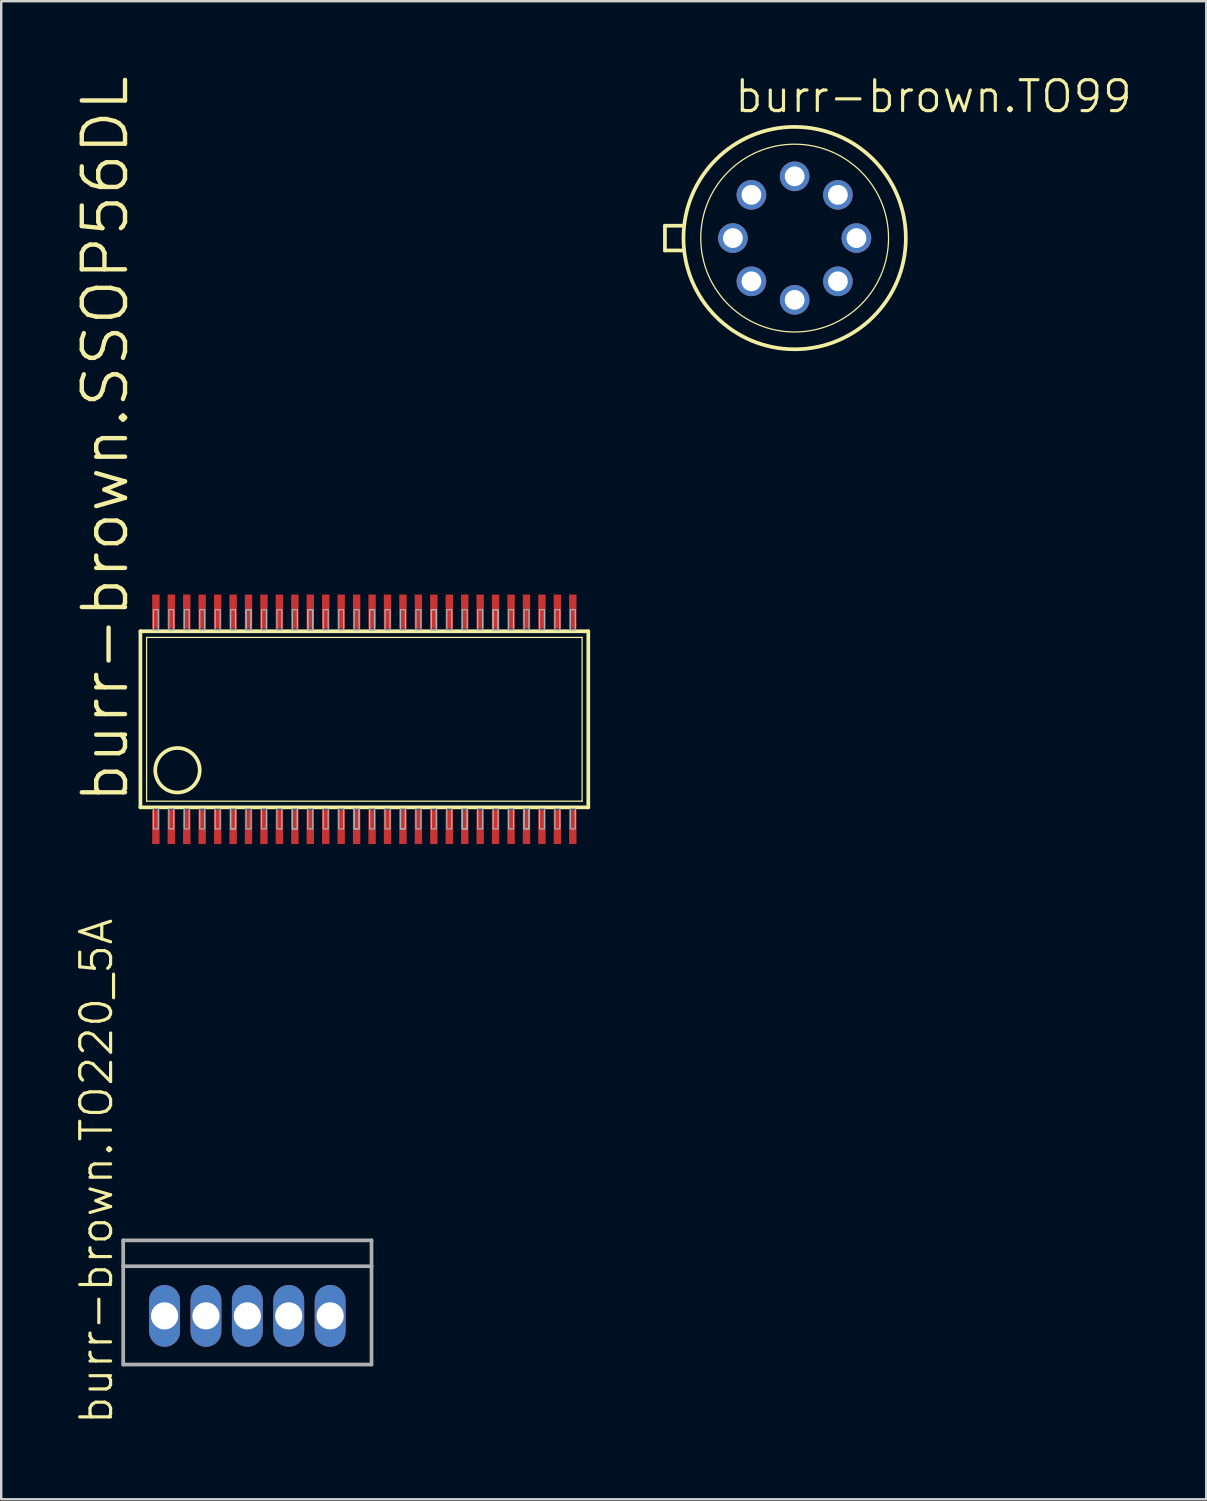
<source format=kicad_pcb>
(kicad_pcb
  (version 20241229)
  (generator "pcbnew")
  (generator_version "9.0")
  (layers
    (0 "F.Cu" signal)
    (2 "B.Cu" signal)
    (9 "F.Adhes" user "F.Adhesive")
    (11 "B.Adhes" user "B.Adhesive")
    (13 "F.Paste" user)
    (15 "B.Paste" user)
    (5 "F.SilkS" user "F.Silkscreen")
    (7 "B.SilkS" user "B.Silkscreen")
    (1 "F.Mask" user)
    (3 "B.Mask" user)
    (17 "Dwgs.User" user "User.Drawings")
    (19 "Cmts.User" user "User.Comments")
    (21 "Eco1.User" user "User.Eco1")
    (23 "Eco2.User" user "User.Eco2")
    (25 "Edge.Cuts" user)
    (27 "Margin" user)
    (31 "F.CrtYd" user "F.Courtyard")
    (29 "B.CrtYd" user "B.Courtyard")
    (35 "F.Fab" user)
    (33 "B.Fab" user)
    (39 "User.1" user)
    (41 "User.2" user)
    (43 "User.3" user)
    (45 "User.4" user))
  (footprint "burr-brown.TO220_5A"
    (layer "F.Cu")
    (at 7.121 47.954)
    (property "Reference" "burr-brown.TO220_5A" (at -5.461 7.645 90) (layer "F.SilkS") (effects (font (size 1.27 1.27) (thickness 0.13)) (justify left bottom)))
    (attr through_hole)
    (fp_line (start -5.105 0) (end 5.105 0) (stroke (width 0.152) (type default)) (layer "F.Fab"))
    (fp_line (start -5.105 1.064) (end -5.105 0) (stroke (width 0.152) (type default)) (layer "F.Fab"))
    (fp_line (start -5.105 1.064) (end 5.105 1.064) (stroke (width 0.152) (type default)) (layer "F.Fab"))
    (fp_line (start -5.105 5.105) (end -5.105 1.064) (stroke (width 0.152) (type default)) (layer "F.Fab"))
    (fp_line (start 5.105 0) (end 5.105 1.064) (stroke (width 0.152) (type default)) (layer "F.Fab"))
    (fp_line (start 5.105 1.064) (end 5.105 5.105) (stroke (width 0.152) (type default)) (layer "F.Fab"))
    (fp_line (start 5.105 5.105) (end -5.105 5.105) (stroke (width 0.152) (type default)) (layer "F.Fab"))
    (pad "1" thru_hole oval (at -3.404 3.105 90) (size 2.54 1.27) (drill 1.118) (layers "*.Cu" "*.Mask"))
    (pad "2" thru_hole oval (at -1.702 3.105 90) (size 2.54 1.27) (drill 1.118) (layers "*.Cu" "*.Mask"))
    (pad "3" thru_hole oval (at 0 3.105 90) (size 2.54 1.27) (drill 1.118) (layers "*.Cu" "*.Mask"))
    (pad "4" thru_hole oval (at 1.702 3.105 90) (size 2.54 1.27) (drill 1.118) (layers "*.Cu" "*.Mask"))
    (pad "5" thru_hole oval (at 3.404 3.105 90) (size 2.54 1.27) (drill 1.118) (layers "*.Cu" "*.Mask")))
  (footprint "burr-brown.SSOP56DL"
    (layer "F.Cu")
    (at 11.932 26.528)
    (property "Reference" "burr-brown.SSOP56DL" (at -9.614 3.543 90) (layer "F.SilkS") (effects (font (size 1.778 1.778) (thickness 0.18)) (justify left bottom)))
    (attr smd)
    (fp_line (start -9.208 3.62) (end -9.208 -3.62) (stroke (width 0.152) (type default)) (layer "F.SilkS"))
    (fp_line (start -9.208 3.62) (end 9.208 3.62) (stroke (width 0.152) (type default)) (layer "F.SilkS"))
    (fp_line (start -8.954 3.366) (end -8.954 -3.366) (stroke (width 0.051) (type default)) (layer "F.SilkS"))
    (fp_line (start -8.954 3.366) (end 8.954 3.366) (stroke (width 0.051) (type default)) (layer "F.SilkS"))
    (fp_line (start 8.954 -3.366) (end -8.954 -3.366) (stroke (width 0.051) (type default)) (layer "F.SilkS"))
    (fp_line (start 8.954 -3.366) (end 8.954 3.366) (stroke (width 0.051) (type default)) (layer "F.SilkS"))
    (fp_line (start 9.208 -3.62) (end -9.208 -3.62) (stroke (width 0.152) (type default)) (layer "F.SilkS"))
    (fp_line (start 9.208 3.62) (end 9.208 -3.62) (stroke (width 0.152) (type default)) (layer "F.SilkS"))
    (fp_circle (center -7.684 2.095) (end -6.769 2.095) (stroke (width 0.152) (type default)) (fill no) (layer "F.SilkS"))
    (fp_rect (start -8.674 -3.67) (end -8.471 -4.508) (stroke (width 0.05) (type default)) (fill no) (layer "F.Fab"))
    (fp_rect (start -8.674 4.508) (end -8.471 3.67) (stroke (width 0.05) (type default)) (fill no) (layer "F.Fab"))
    (fp_rect (start -8.039 -3.67) (end -7.836 -4.508) (stroke (width 0.05) (type default)) (fill no) (layer "F.Fab"))
    (fp_rect (start -8.039 4.508) (end -7.836 3.67) (stroke (width 0.05) (type default)) (fill no) (layer "F.Fab"))
    (fp_rect (start -7.404 -3.67) (end -7.201 -4.508) (stroke (width 0.05) (type default)) (fill no) (layer "F.Fab"))
    (fp_rect (start -7.404 4.508) (end -7.201 3.67) (stroke (width 0.05) (type default)) (fill no) (layer "F.Fab"))
    (fp_rect (start -6.769 -3.67) (end -6.566 -4.508) (stroke (width 0.05) (type default)) (fill no) (layer "F.Fab"))
    (fp_rect (start -6.769 4.508) (end -6.566 3.67) (stroke (width 0.05) (type default)) (fill no) (layer "F.Fab"))
    (fp_rect (start -6.134 -3.67) (end -5.931 -4.508) (stroke (width 0.05) (type default)) (fill no) (layer "F.Fab"))
    (fp_rect (start -6.134 4.508) (end -5.931 3.67) (stroke (width 0.05) (type default)) (fill no) (layer "F.Fab"))
    (fp_rect (start -5.499 -3.67) (end -5.296 -4.508) (stroke (width 0.05) (type default)) (fill no) (layer "F.Fab"))
    (fp_rect (start -5.499 4.508) (end -5.296 3.67) (stroke (width 0.05) (type default)) (fill no) (layer "F.Fab"))
    (fp_rect (start -5.499 4.508) (end -5.296 3.67) (stroke (width 0.05) (type default)) (fill no) (layer "F.Fab"))
    (fp_rect (start -4.864 -3.67) (end -4.661 -4.508) (stroke (width 0.05) (type default)) (fill no) (layer "F.Fab"))
    (fp_rect (start -4.864 -3.67) (end -4.661 -4.508) (stroke (width 0.05) (type default)) (fill no) (layer "F.Fab"))
    (fp_rect (start -4.864 4.508) (end -4.661 3.67) (stroke (width 0.05) (type default)) (fill no) (layer "F.Fab"))
    (fp_rect (start -4.229 -3.67) (end -4.026 -4.508) (stroke (width 0.05) (type default)) (fill no) (layer "F.Fab"))
    (fp_rect (start -4.229 4.508) (end -4.026 3.67) (stroke (width 0.05) (type default)) (fill no) (layer "F.Fab"))
    (fp_rect (start -3.594 -3.67) (end -3.391 -4.508) (stroke (width 0.05) (type default)) (fill no) (layer "F.Fab"))
    (fp_rect (start -3.594 4.508) (end -3.391 3.67) (stroke (width 0.05) (type default)) (fill no) (layer "F.Fab"))
    (fp_rect (start -2.959 -3.67) (end -2.756 -4.508) (stroke (width 0.05) (type default)) (fill no) (layer "F.Fab"))
    (fp_rect (start -2.959 4.508) (end -2.756 3.67) (stroke (width 0.05) (type default)) (fill no) (layer "F.Fab"))
    (fp_rect (start -2.959 4.508) (end -2.756 3.67) (stroke (width 0.05) (type default)) (fill no) (layer "F.Fab"))
    (fp_rect (start -2.324 -3.67) (end -2.121 -4.508) (stroke (width 0.05) (type default)) (fill no) (layer "F.Fab"))
    (fp_rect (start -2.324 -3.67) (end -2.121 -4.508) (stroke (width 0.05) (type default)) (fill no) (layer "F.Fab"))
    (fp_rect (start -2.324 4.508) (end -2.121 3.67) (stroke (width 0.05) (type default)) (fill no) (layer "F.Fab"))
    (fp_rect (start -1.689 -3.67) (end -1.486 -4.508) (stroke (width 0.05) (type default)) (fill no) (layer "F.Fab"))
    (fp_rect (start -1.689 4.508) (end -1.486 3.67) (stroke (width 0.05) (type default)) (fill no) (layer "F.Fab"))
    (fp_rect (start -1.054 -3.67) (end -0.851 -4.508) (stroke (width 0.05) (type default)) (fill no) (layer "F.Fab"))
    (fp_rect (start -1.054 4.508) (end -0.851 3.67) (stroke (width 0.05) (type default)) (fill no) (layer "F.Fab"))
    (fp_rect (start -0.419 -3.67) (end -0.216 -4.508) (stroke (width 0.05) (type default)) (fill no) (layer "F.Fab"))
    (fp_rect (start -0.419 4.508) (end -0.216 3.67) (stroke (width 0.05) (type default)) (fill no) (layer "F.Fab"))
    (fp_rect (start -0.419 4.508) (end -0.216 3.67) (stroke (width 0.05) (type default)) (fill no) (layer "F.Fab"))
    (fp_rect (start 0.216 -3.67) (end 0.419 -4.508) (stroke (width 0.05) (type default)) (fill no) (layer "F.Fab"))
    (fp_rect (start 0.216 -3.67) (end 0.419 -4.508) (stroke (width 0.05) (type default)) (fill no) (layer "F.Fab"))
    (fp_rect (start 0.216 4.508) (end 0.419 3.67) (stroke (width 0.05) (type default)) (fill no) (layer "F.Fab"))
    (fp_rect (start 0.851 -3.67) (end 1.054 -4.508) (stroke (width 0.05) (type default)) (fill no) (layer "F.Fab"))
    (fp_rect (start 0.851 4.508) (end 1.054 3.67) (stroke (width 0.05) (type default)) (fill no) (layer "F.Fab"))
    (fp_rect (start 1.486 -3.67) (end 1.689 -4.508) (stroke (width 0.05) (type default)) (fill no) (layer "F.Fab"))
    (fp_rect (start 1.486 4.508) (end 1.689 3.67) (stroke (width 0.05) (type default)) (fill no) (layer "F.Fab"))
    (fp_rect (start 1.486 4.508) (end 1.689 3.67) (stroke (width 0.05) (type default)) (fill no) (layer "F.Fab"))
    (fp_rect (start 2.121 -3.67) (end 2.324 -4.508) (stroke (width 0.05) (type default)) (fill no) (layer "F.Fab"))
    (fp_rect (start 2.121 4.508) (end 2.324 3.67) (stroke (width 0.05) (type default)) (fill no) (layer "F.Fab"))
    (fp_rect (start 2.756 -3.67) (end 2.959 -4.508) (stroke (width 0.05) (type default)) (fill no) (layer "F.Fab"))
    (fp_rect (start 2.756 -3.67) (end 2.959 -4.508) (stroke (width 0.05) (type default)) (fill no) (layer "F.Fab"))
    (fp_rect (start 2.756 4.508) (end 2.959 3.67) (stroke (width 0.05) (type default)) (fill no) (layer "F.Fab"))
    (fp_rect (start 3.391 -3.67) (end 3.594 -4.508) (stroke (width 0.05) (type default)) (fill no) (layer "F.Fab"))
    (fp_rect (start 3.391 4.508) (end 3.594 3.67) (stroke (width 0.05) (type default)) (fill no) (layer "F.Fab"))
    (fp_rect (start 4.026 -3.67) (end 4.229 -4.508) (stroke (width 0.05) (type default)) (fill no) (layer "F.Fab"))
    (fp_rect (start 4.026 4.508) (end 4.229 3.67) (stroke (width 0.05) (type default)) (fill no) (layer "F.Fab"))
    (fp_rect (start 4.026 4.508) (end 4.229 3.67) (stroke (width 0.05) (type default)) (fill no) (layer "F.Fab"))
    (fp_rect (start 4.661 -3.67) (end 4.864 -4.508) (stroke (width 0.05) (type default)) (fill no) (layer "F.Fab"))
    (fp_rect (start 4.661 4.508) (end 4.864 3.67) (stroke (width 0.05) (type default)) (fill no) (layer "F.Fab"))
    (fp_rect (start 5.296 -3.67) (end 5.499 -4.508) (stroke (width 0.05) (type default)) (fill no) (layer "F.Fab"))
    (fp_rect (start 5.296 -3.67) (end 5.499 -4.508) (stroke (width 0.05) (type default)) (fill no) (layer "F.Fab"))
    (fp_rect (start 5.296 4.508) (end 5.499 3.67) (stroke (width 0.05) (type default)) (fill no) (layer "F.Fab"))
    (fp_rect (start 5.931 -3.67) (end 6.134 -4.508) (stroke (width 0.05) (type default)) (fill no) (layer "F.Fab"))
    (fp_rect (start 5.931 4.508) (end 6.134 3.67) (stroke (width 0.05) (type default)) (fill no) (layer "F.Fab"))
    (fp_rect (start 6.566 -3.67) (end 6.769 -4.508) (stroke (width 0.05) (type default)) (fill no) (layer "F.Fab"))
    (fp_rect (start 6.566 4.508) (end 6.769 3.67) (stroke (width 0.05) (type default)) (fill no) (layer "F.Fab"))
    (fp_rect (start 6.566 4.508) (end 6.769 3.67) (stroke (width 0.05) (type default)) (fill no) (layer "F.Fab"))
    (fp_rect (start 7.201 -3.67) (end 7.404 -4.508) (stroke (width 0.05) (type default)) (fill no) (layer "F.Fab"))
    (fp_rect (start 7.201 4.508) (end 7.404 3.67) (stroke (width 0.05) (type default)) (fill no) (layer "F.Fab"))
    (fp_rect (start 7.836 -3.67) (end 8.039 -4.508) (stroke (width 0.05) (type default)) (fill no) (layer "F.Fab"))
    (fp_rect (start 7.836 4.508) (end 8.039 3.67) (stroke (width 0.05) (type default)) (fill no) (layer "F.Fab"))
    (fp_rect (start 8.471 -3.67) (end 8.674 -4.508) (stroke (width 0.05) (type default)) (fill no) (layer "F.Fab"))
    (fp_rect (start 8.471 4.508) (end 8.674 3.67) (stroke (width 0.05) (type default)) (fill no) (layer "F.Fab"))
    (pad "1" smd roundrect (at -8.572 4.432) (size 0.305 1.397) (layers "F.Cu" "F.Mask" "F.Paste") (roundrect_rratio 0.01))
    (pad "2" smd roundrect (at -7.938 4.432) (size 0.305 1.397) (layers "F.Cu" "F.Mask" "F.Paste") (roundrect_rratio 0.01))
    (pad "3" smd roundrect (at -7.303 4.432) (size 0.305 1.397) (layers "F.Cu" "F.Mask" "F.Paste") (roundrect_rratio 0.01))
    (pad "4" smd roundrect (at -6.668 4.432) (size 0.305 1.397) (layers "F.Cu" "F.Mask" "F.Paste") (roundrect_rratio 0.01))
    (pad "5" smd roundrect (at -6.032 4.432) (size 0.305 1.397) (layers "F.Cu" "F.Mask" "F.Paste") (roundrect_rratio 0.01))
    (pad "6" smd roundrect (at -5.397 4.432) (size 0.305 1.397) (layers "F.Cu" "F.Mask" "F.Paste") (roundrect_rratio 0.01))
    (pad "7" smd roundrect (at -4.763 4.432) (size 0.305 1.397) (layers "F.Cu" "F.Mask" "F.Paste") (roundrect_rratio 0.01))
    (pad "8" smd roundrect (at -4.128 4.432) (size 0.305 1.397) (layers "F.Cu" "F.Mask" "F.Paste") (roundrect_rratio 0.01))
    (pad "9" smd roundrect (at -3.493 4.432) (size 0.305 1.397) (layers "F.Cu" "F.Mask" "F.Paste") (roundrect_rratio 0.01))
    (pad "10" smd roundrect (at -2.857 4.432) (size 0.305 1.397) (layers "F.Cu" "F.Mask" "F.Paste") (roundrect_rratio 0.01))
    (pad "11" smd roundrect (at -2.223 4.432) (size 0.305 1.397) (layers "F.Cu" "F.Mask" "F.Paste") (roundrect_rratio 0.01))
    (pad "12" smd roundrect (at -1.587 4.432) (size 0.305 1.397) (layers "F.Cu" "F.Mask" "F.Paste") (roundrect_rratio 0.01))
    (pad "13" smd roundrect (at -0.953 4.432) (size 0.305 1.397) (layers "F.Cu" "F.Mask" "F.Paste") (roundrect_rratio 0.01))
    (pad "14" smd roundrect (at -0.318 4.432) (size 0.305 1.397) (layers "F.Cu" "F.Mask" "F.Paste") (roundrect_rratio 0.01))
    (pad "15" smd roundrect (at 0.318 4.432) (size 0.305 1.397) (layers "F.Cu" "F.Mask" "F.Paste") (roundrect_rratio 0.01))
    (pad "16" smd roundrect (at 0.953 4.432) (size 0.305 1.397) (layers "F.Cu" "F.Mask" "F.Paste") (roundrect_rratio 0.01))
    (pad "17" smd roundrect (at 1.587 4.432) (size 0.305 1.397) (layers "F.Cu" "F.Mask" "F.Paste") (roundrect_rratio 0.01))
    (pad "18" smd roundrect (at 2.223 4.432) (size 0.305 1.397) (layers "F.Cu" "F.Mask" "F.Paste") (roundrect_rratio 0.01))
    (pad "19" smd roundrect (at 2.857 4.432) (size 0.305 1.397) (layers "F.Cu" "F.Mask" "F.Paste") (roundrect_rratio 0.01))
    (pad "20" smd roundrect (at 3.493 4.432) (size 0.305 1.397) (layers "F.Cu" "F.Mask" "F.Paste") (roundrect_rratio 0.01))
    (pad "21" smd roundrect (at 4.128 4.432) (size 0.305 1.397) (layers "F.Cu" "F.Mask" "F.Paste") (roundrect_rratio 0.01))
    (pad "22" smd roundrect (at 4.763 4.432) (size 0.305 1.397) (layers "F.Cu" "F.Mask" "F.Paste") (roundrect_rratio 0.01))
    (pad "23" smd roundrect (at 5.397 4.432) (size 0.305 1.397) (layers "F.Cu" "F.Mask" "F.Paste") (roundrect_rratio 0.01))
    (pad "24" smd roundrect (at 6.032 4.432) (size 0.305 1.397) (layers "F.Cu" "F.Mask" "F.Paste") (roundrect_rratio 0.01))
    (pad "25" smd roundrect (at 6.668 4.432) (size 0.305 1.397) (layers "F.Cu" "F.Mask" "F.Paste") (roundrect_rratio 0.01))
    (pad "26" smd roundrect (at 7.303 4.432) (size 0.305 1.397) (layers "F.Cu" "F.Mask" "F.Paste") (roundrect_rratio 0.01))
    (pad "27" smd roundrect (at 7.938 4.432) (size 0.305 1.397) (layers "F.Cu" "F.Mask" "F.Paste") (roundrect_rratio 0.01))
    (pad "28" smd roundrect (at 8.572 4.432) (size 0.305 1.397) (layers "F.Cu" "F.Mask" "F.Paste") (roundrect_rratio 0.01))
    (pad "29" smd roundrect (at 8.572 -4.432) (size 0.305 1.397) (layers "F.Cu" "F.Mask" "F.Paste") (roundrect_rratio 0.01))
    (pad "30" smd roundrect (at 7.938 -4.432) (size 0.305 1.397) (layers "F.Cu" "F.Mask" "F.Paste") (roundrect_rratio 0.01))
    (pad "31" smd roundrect (at 7.303 -4.432) (size 0.305 1.397) (layers "F.Cu" "F.Mask" "F.Paste") (roundrect_rratio 0.01))
    (pad "32" smd roundrect (at 6.668 -4.432) (size 0.305 1.397) (layers "F.Cu" "F.Mask" "F.Paste") (roundrect_rratio 0.01))
    (pad "33" smd roundrect (at 6.032 -4.432) (size 0.305 1.397) (layers "F.Cu" "F.Mask" "F.Paste") (roundrect_rratio 0.01))
    (pad "34" smd roundrect (at 5.397 -4.432) (size 0.305 1.397) (layers "F.Cu" "F.Mask" "F.Paste") (roundrect_rratio 0.01))
    (pad "35" smd roundrect (at 4.763 -4.432) (size 0.305 1.397) (layers "F.Cu" "F.Mask" "F.Paste") (roundrect_rratio 0.01))
    (pad "36" smd roundrect (at 4.128 -4.432) (size 0.305 1.397) (layers "F.Cu" "F.Mask" "F.Paste") (roundrect_rratio 0.01))
    (pad "37" smd roundrect (at 3.493 -4.432) (size 0.305 1.397) (layers "F.Cu" "F.Mask" "F.Paste") (roundrect_rratio 0.01))
    (pad "38" smd roundrect (at 2.857 -4.432) (size 0.305 1.397) (layers "F.Cu" "F.Mask" "F.Paste") (roundrect_rratio 0.01))
    (pad "39" smd roundrect (at 2.223 -4.432) (size 0.305 1.397) (layers "F.Cu" "F.Mask" "F.Paste") (roundrect_rratio 0.01))
    (pad "40" smd roundrect (at 1.587 -4.432) (size 0.305 1.397) (layers "F.Cu" "F.Mask" "F.Paste") (roundrect_rratio 0.01))
    (pad "41" smd roundrect (at 0.953 -4.432) (size 0.305 1.397) (layers "F.Cu" "F.Mask" "F.Paste") (roundrect_rratio 0.01))
    (pad "42" smd roundrect (at 0.318 -4.432) (size 0.305 1.397) (layers "F.Cu" "F.Mask" "F.Paste") (roundrect_rratio 0.01))
    (pad "43" smd roundrect (at -0.318 -4.432) (size 0.305 1.397) (layers "F.Cu" "F.Mask" "F.Paste") (roundrect_rratio 0.01))
    (pad "44" smd roundrect (at -0.953 -4.432) (size 0.305 1.397) (layers "F.Cu" "F.Mask" "F.Paste") (roundrect_rratio 0.01))
    (pad "45" smd roundrect (at -1.587 -4.432) (size 0.305 1.397) (layers "F.Cu" "F.Mask" "F.Paste") (roundrect_rratio 0.01))
    (pad "46" smd roundrect (at -2.223 -4.432) (size 0.305 1.397) (layers "F.Cu" "F.Mask" "F.Paste") (roundrect_rratio 0.01))
    (pad "47" smd roundrect (at -2.857 -4.432) (size 0.305 1.397) (layers "F.Cu" "F.Mask" "F.Paste") (roundrect_rratio 0.01))
    (pad "48" smd roundrect (at -3.493 -4.432) (size 0.305 1.397) (layers "F.Cu" "F.Mask" "F.Paste") (roundrect_rratio 0.01))
    (pad "49" smd roundrect (at -4.128 -4.432) (size 0.305 1.397) (layers "F.Cu" "F.Mask" "F.Paste") (roundrect_rratio 0.01))
    (pad "50" smd roundrect (at -4.763 -4.432) (size 0.305 1.397) (layers "F.Cu" "F.Mask" "F.Paste") (roundrect_rratio 0.01))
    (pad "51" smd roundrect (at -5.397 -4.432) (size 0.305 1.397) (layers "F.Cu" "F.Mask" "F.Paste") (roundrect_rratio 0.01))
    (pad "52" smd roundrect (at -6.032 -4.432) (size 0.305 1.397) (layers "F.Cu" "F.Mask" "F.Paste") (roundrect_rratio 0.01))
    (pad "53" smd roundrect (at -6.668 -4.432) (size 0.305 1.397) (layers "F.Cu" "F.Mask" "F.Paste") (roundrect_rratio 0.01))
    (pad "54" smd roundrect (at -7.303 -4.432) (size 0.305 1.397) (layers "F.Cu" "F.Mask" "F.Paste") (roundrect_rratio 0.01))
    (pad "55" smd roundrect (at -7.938 -4.432) (size 0.305 1.397) (layers "F.Cu" "F.Mask" "F.Paste") (roundrect_rratio 0.01))
    (pad "56" smd roundrect (at -8.572 -4.432) (size 0.305 1.397) (layers "F.Cu" "F.Mask" "F.Paste") (roundrect_rratio 0.01)))
  (footprint "burr-brown.TO99"
    (layer "F.Cu")
    (at 29.626 6.74)
    (property "Reference" "burr-brown.TO99" (at -2.54 -5.08 0) (layer "F.SilkS") (effects (font (size 1.27 1.27) (thickness 0.13)) (justify left bottom)))
    (attr through_hole)
    (fp_line (start -5.334 -0.508) (end -5.334 0.508) (stroke (width 0.152) (type default)) (layer "F.SilkS"))
    (fp_line (start -5.334 0.508) (end -4.572 0.508) (stroke (width 0.152) (type default)) (layer "F.SilkS"))
    (fp_line (start -4.572 -0.508) (end -5.334 -0.508) (stroke (width 0.152) (type default)) (layer "F.SilkS"))
    (fp_circle (center 0 0) (end 3.861 0) (stroke (width 0.051) (type default)) (fill no) (layer "F.SilkS"))
    (fp_circle (center 0 0) (end 4.572 0) (stroke (width 0.152) (type default)) (fill no) (layer "F.SilkS"))
    (pad "1" thru_hole circle (at -1.778 1.778) (size 1.219 1.219) (drill 0.813) (layers "*.Cu" "*.Mask"))
    (pad "2" thru_hole circle (at 0 2.54) (size 1.219 1.219) (drill 0.813) (layers "*.Cu" "*.Mask"))
    (pad "3" thru_hole circle (at 1.778 1.778) (size 1.219 1.219) (drill 0.813) (layers "*.Cu" "*.Mask"))
    (pad "4" thru_hole circle (at 2.54 0) (size 1.219 1.219) (drill 0.813) (layers "*.Cu" "*.Mask"))
    (pad "5" thru_hole circle (at 1.778 -1.778) (size 1.219 1.219) (drill 0.813) (layers "*.Cu" "*.Mask"))
    (pad "6" thru_hole circle (at 0 -2.54) (size 1.219 1.219) (drill 0.813) (layers "*.Cu" "*.Mask"))
    (pad "7" thru_hole circle (at -1.778 -1.778) (size 1.219 1.219) (drill 0.813) (layers "*.Cu" "*.Mask"))
    (pad "8" thru_hole circle (at -2.54 0) (size 1.219 1.219) (drill 0.813) (layers "*.Cu" "*.Mask")))
  (gr_rect
    (start -3 -3)
    (end 46.551 58.599)
    (stroke (width 0.1) (type default))
    (fill no)
    (layer "Edge.Cuts")))
</source>
